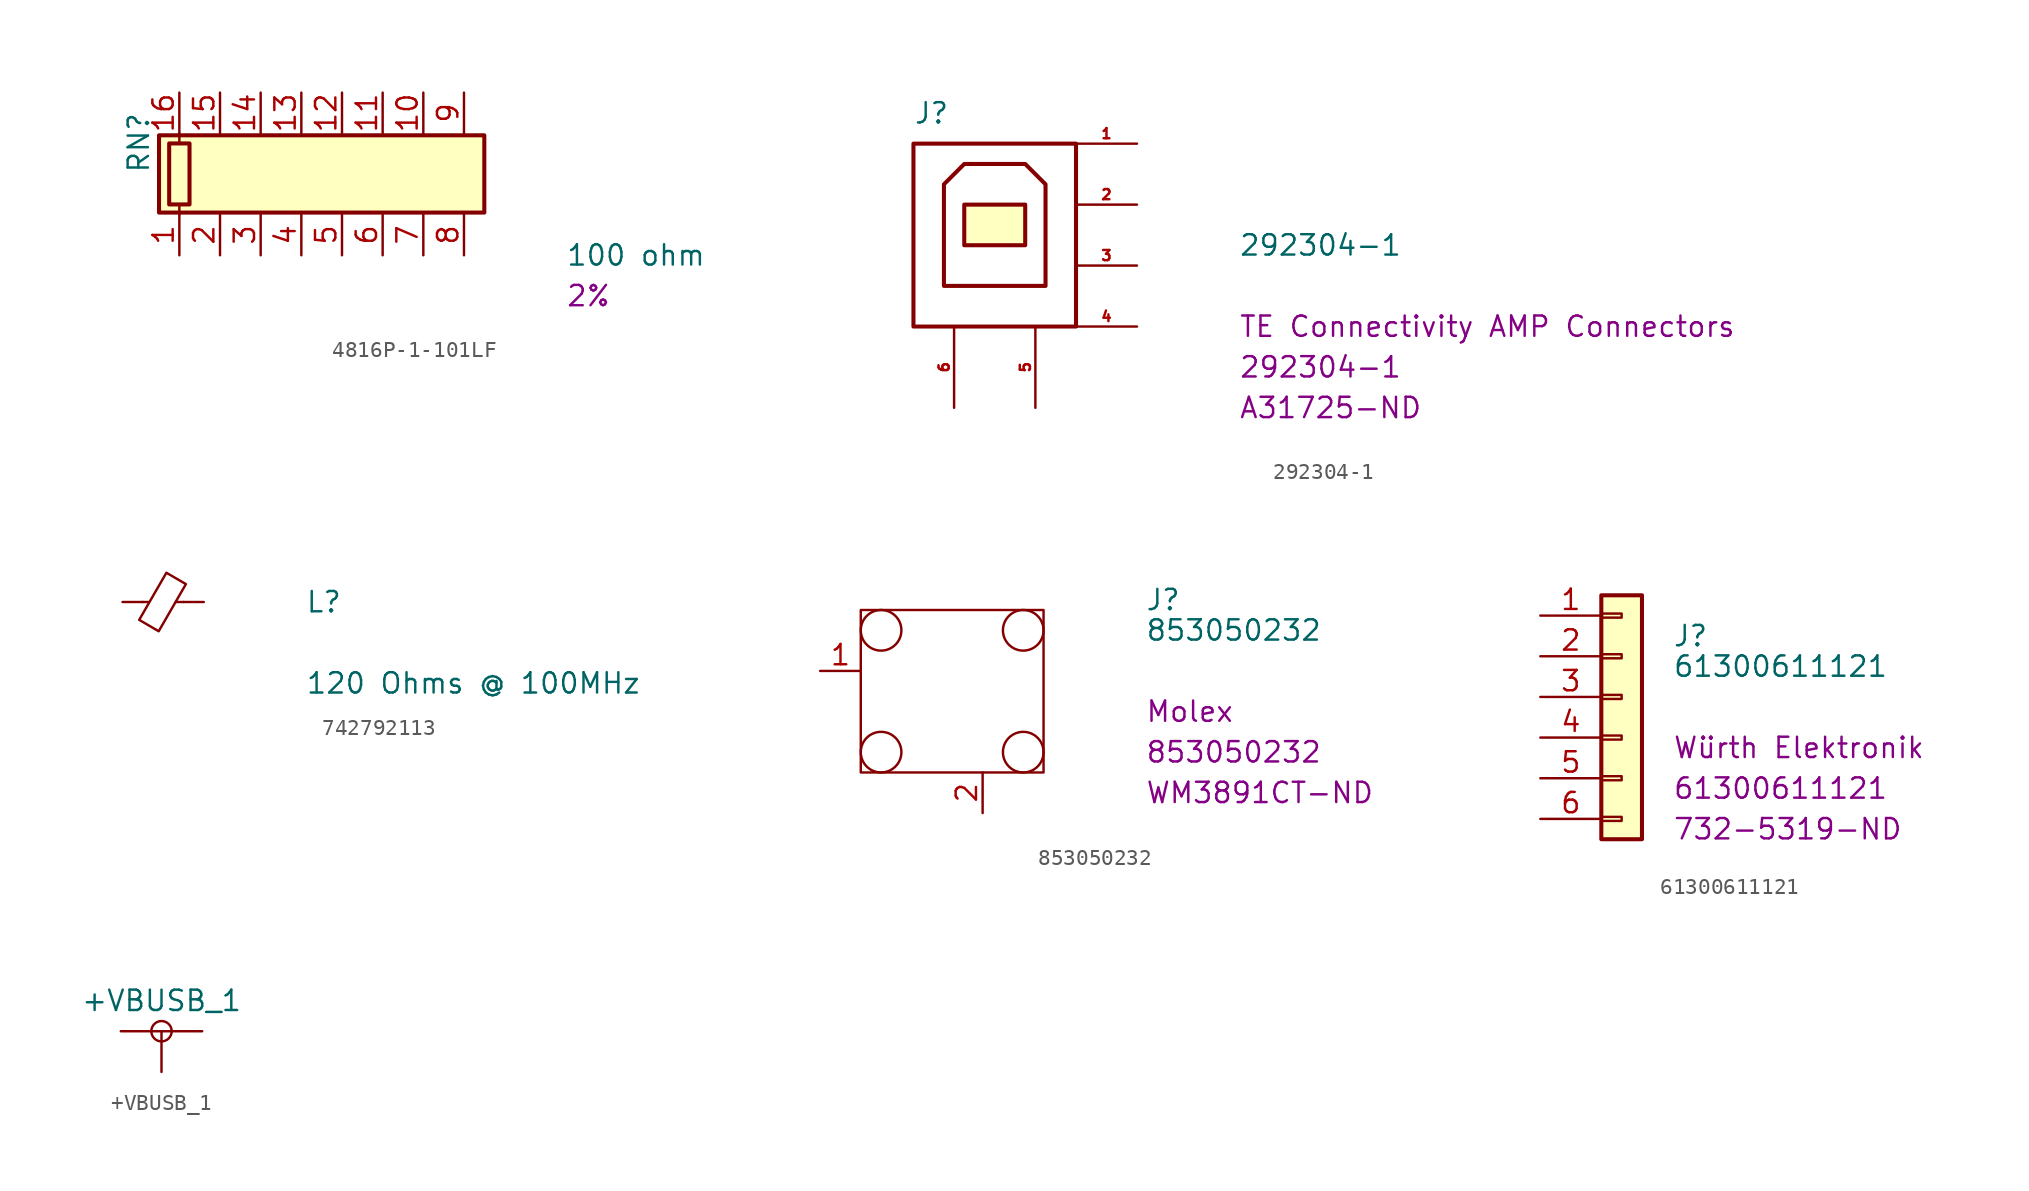
<source format=kicad_sym>
(kicad_symbol_lib
  (version 20231120)
  (generator "kicad_symbol_editor")
  (generator_version "8.0")
  (symbol "4816P-1-101LF"
    (pin_names
      (offset 0) hide)
    (property "Reference" "RN"
      (at -12.7 0 90)
      (effects (font (size 1.27 1.27)) (justify left)))
    (property "Value" "100 ohm"
      (at 13.97 -5.08 0)
      (effects (font (size 1.27 1.27)) (justify left)))
    (property "Tolerance" "2%"
      (at 13.97 -7.62 0)
      (effects (font (size 1.27 1.27)) (justify left)))
    (symbol "4816P-1-101LF_0_1"
      (rectangle (start -11.43 -2.413) (end 8.89 2.413) (stroke (width 0.254) (type solid)) (fill (type background)))
      (rectangle (start -10.795 1.905) (end -9.525 -1.905) (stroke (width 0.254) (type solid)) (fill (type none)))
      (polyline (pts (xy -10.16 -2.54) (xy -10.16 -1.905)) (stroke (width 0) (type solid)) (fill (type none)))
      (polyline (pts (xy -10.16 1.905) (xy -10.16 2.54)) (stroke (width 0) (type solid)) (fill (type none))))
    (symbol "4816P-1-101LF_1_1"
      (pin passive line (at -10.16 -5.08 90) (length 2.54) (name "R1.1" (effects (font (size 1.27 1.27)))) (number "1" (effects (font (size 1.27 1.27)))))
      (pin passive line (at 5.08 5.08 270) (length 2.54) (name "R7.2" (effects (font (size 1.27 1.27)))) (number "10" (effects (font (size 1.27 1.27)))))
      (pin passive line (at 2.54 5.08 270) (length 2.54) (name "R6.2" (effects (font (size 1.27 1.27)))) (number "11" (effects (font (size 1.27 1.27)))))
      (pin passive line (at 0 5.08 270) (length 2.54) (name "R5.2" (effects (font (size 1.27 1.27)))) (number "12" (effects (font (size 1.27 1.27)))))
      (pin passive line (at -2.54 5.08 270) (length 2.54) (name "R4.2" (effects (font (size 1.27 1.27)))) (number "13" (effects (font (size 1.27 1.27)))))
      (pin passive line (at -5.08 5.08 270) (length 2.54) (name "R3.2" (effects (font (size 1.27 1.27)))) (number "14" (effects (font (size 1.27 1.27)))))
      (pin passive line (at -7.62 5.08 270) (length 2.54) (name "R2.2" (effects (font (size 1.27 1.27)))) (number "15" (effects (font (size 1.27 1.27)))))
      (pin passive line (at -10.16 5.08 270) (length 2.54) (name "R1.2" (effects (font (size 1.27 1.27)))) (number "16" (effects (font (size 1.27 1.27)))))
      (pin passive line (at -7.62 -5.08 90) (length 2.54) (name "R2.1" (effects (font (size 1.27 1.27)))) (number "2" (effects (font (size 1.27 1.27)))))
      (pin passive line (at -5.08 -5.08 90) (length 2.54) (name "R3.1" (effects (font (size 1.27 1.27)))) (number "3" (effects (font (size 1.27 1.27)))))
      (pin passive line (at -2.54 -5.08 90) (length 2.54) (name "R4.1" (effects (font (size 1.27 1.27)))) (number "4" (effects (font (size 1.27 1.27)))))
      (pin passive line (at 0 -5.08 90) (length 2.54) (name "R5.1" (effects (font (size 1.27 1.27)))) (number "5" (effects (font (size 1.27 1.27)))))
      (pin passive line (at 2.54 -5.08 90) (length 2.54) (name "R6.1" (effects (font (size 1.27 1.27)))) (number "6" (effects (font (size 1.27 1.27)))))
      (pin passive line (at 5.08 -5.08 90) (length 2.54) (name "R7.1" (effects (font (size 1.27 1.27)))) (number "7" (effects (font (size 1.27 1.27)))))
      (pin passive line (at 7.62 -5.08 90) (length 2.54) (name "R8.1" (effects (font (size 1.27 1.27)))) (number "8" (effects (font (size 1.27 1.27)))))
      (pin passive line (at 7.62 5.08 270) (length 2.54) (name "R8.2" (effects (font (size 1.27 1.27)))) (number "9" (effects (font (size 1.27 1.27)))))))
  (symbol "292304-1"
    (pin_names
      (offset 1.016) hide)
    (property "Reference" "J"
      (at -5.08 6.985 0)
      (effects (font (size 1.27 1.27)) (justify left)))
    (property "Value" "292304-1"
      (at 15.24 -1.27 0)
      (effects (font (size 1.27 1.27)) (justify left)))
    (property "Manufacturer" "TE Connectivity AMP Connectors"
      (at 15.24 -6.35 0)
      (effects (font (size 1.27 1.27)) (justify left)))
    (property "MPN" "292304-1"
      (at 15.24 -8.89 0)
      (effects (font (size 1.27 1.27)) (justify left)))
    (property "Digi-Key_PN" "A31725-ND"
      (at 15.24 -11.43 0)
      (effects (font (size 1.27 1.27)) (justify left)))
    (symbol "292304-1_1_1"
      (rectangle (start -1.905 1.27) (end 1.905 -1.27) (stroke (width 0.254) (type solid)) (fill (type background)))
      (polyline (pts (xy -3.175 -3.81) (xy 3.175 -3.81) (xy 3.175 2.54) (xy 1.905 3.81) (xy -1.905 3.81) (xy -3.175 2.54) (xy -3.175 -3.81) (xy -3.175 -3.81) (xy -3.175 -3.81)) (stroke (width 0.254) (type solid)) (fill (type none)))
      (rectangle (start 5.08 -6.35) (end -5.08 5.08) (stroke (width 0.254) (type solid)) (fill (type none)))
      (pin power_out line (at 8.89 5.08 180) (length 3.81) (name "Vbus" (effects (font (size 0.635 0.635)))) (number "1" (effects (font (size 0.635 0.635)))))
      (pin bidirectional line (at 8.89 1.27 180) (length 3.81) (name "D-" (effects (font (size 0.635 0.635)))) (number "2" (effects (font (size 0.635 0.635)))))
      (pin bidirectional line (at 8.89 -2.54 180) (length 3.81) (name "D+" (effects (font (size 0.635 0.635)))) (number "3" (effects (font (size 0.635 0.635)))))
      (pin power_in line (at 8.89 -6.35 180) (length 3.81) (name "GND" (effects (font (size 0.635 0.635)))) (number "4" (effects (font (size 0.635 0.635)))))
      (pin passive line (at 2.54 -11.43 90) (length 5.08) (name "Shield_1" (effects (font (size 0.635 0.635)))) (number "5" (effects (font (size 0.635 0.635)))))
      (pin passive line (at -2.54 -11.43 90) (length 5.08) (name "Shield_2" (effects (font (size 0.635 0.635)))) (number "6" (effects (font (size 0.635 0.635)))))))
  (symbol "742792113"
    (pin_numbers hide)
    (pin_names
      (offset 0.254) hide)
    (property "Reference" "L"
      (at 8.89 0 0)
      (effects (font (size 1.27 1.27)) (justify left)))
    (property "Value" "120 Ohms @ 100MHz"
      (at 8.89 -5.08 0)
      (effects (font (size 1.27 1.27)) (justify left)))
    (symbol "742792113_1_1"
      (polyline (pts (xy -0.889 0) (xy -1.295 0)) (stroke (width 0) (type default)) (fill (type none)))
      (polyline (pts (xy 1.27 0) (xy 0.787 0)) (stroke (width 0) (type default)) (fill (type none)))
      (polyline (pts (xy -0.279 -1.829) (xy -1.499 -1.118) (xy 0.203 1.829) (xy 1.422 1.118) (xy -0.279 -1.829)) (stroke (width 0) (type default)) (fill (type none)))
      (pin passive line (at -2.54 0 0) (length 1.27) (name "~" (effects (font (size 1.27 1.27)))) (number "1" (effects (font (size 1.27 1.27)))))
      (pin passive line (at 2.54 0 180) (length 1.27) (name "~" (effects (font (size 1.27 1.27)))) (number "2" (effects (font (size 1.27 1.27)))))))
  (symbol "853050232"
    (pin_names
      (offset 1.016) hide)
    (property "Reference" "J"
      (at 12.065 5.715 0)
      (effects (font (size 1.27 1.27)) (justify left)))
    (property "Value" "853050232"
      (at 12.065 3.81 0)
      (effects (font (size 1.27 1.27)) (justify left)))
    (property "Manufacturer" "Molex"
      (at 12.065 -1.27 0)
      (effects (font (size 1.27 1.27)) (justify left)))
    (property "MPN" "853050232"
      (at 12.065 -3.81 0)
      (effects (font (size 1.27 1.27)) (justify left)))
    (property "Digi-Key_PN" "WM3891CT-ND"
      (at 12.065 -6.35 0)
      (effects (font (size 1.27 1.27)) (justify left)))
    (symbol "853050232_1_1"
      (rectangle (start -5.715 5.08) (end 5.715 -5.08) (stroke (width 0) (type solid)) (fill (type none)))
      (circle (center -4.445 -3.81) (radius 1.27) (stroke (width 0) (type solid)) (fill (type none)))
      (circle (center -4.445 3.81) (radius 1.27) (stroke (width 0) (type solid)) (fill (type none)))
      (circle (center 4.445 -3.81) (radius 1.27) (stroke (width 0) (type solid)) (fill (type none)))
      (circle (center 4.445 3.81) (radius 1.27) (stroke (width 0) (type solid)) (fill (type none)))
      (pin input line (at -8.255 1.27 0) (length 2.54) (name "CONN" (effects (font (size 1.27 1.27)))) (number "1" (effects (font (size 1.27 1.27)))))
      (pin output line (at 1.905 -7.62 90) (length 2.54) (name "GND" (effects (font (size 1.27 1.27)))) (number "2" (effects (font (size 1.27 1.27)))))))
  (symbol "61300611121"
    (pin_names
      (offset 1.016) hide)
    (property "Reference" "J"
      (at 3.175 5.08 0)
      (effects (font (size 1.27 1.27)) (justify left)))
    (property "Value" "61300611121"
      (at 3.175 3.175 0)
      (effects (font (size 1.27 1.27)) (justify left)))
    (property "Manufacturer" "Würth Elektronik"
      (at 3.175 -1.905 0)
      (effects (font (size 1.27 1.27)) (justify left)))
    (property "MPN" "61300611121"
      (at 3.175 -4.445 0)
      (effects (font (size 1.27 1.27)) (justify left)))
    (property "Digi-Key_PN" "732-5319-ND"
      (at 3.175 -6.985 0)
      (effects (font (size 1.27 1.27)) (justify left)))
    (symbol "61300611121_1_1"
      (rectangle (start -1.27 -6.223) (end 0 -6.477) (stroke (width 0.152) (type solid)) (fill (type none)))
      (rectangle (start -1.27 -3.683) (end 0 -3.937) (stroke (width 0.152) (type solid)) (fill (type none)))
      (rectangle (start -1.27 -1.143) (end 0 -1.397) (stroke (width 0.152) (type solid)) (fill (type none)))
      (rectangle (start -1.27 1.397) (end 0 1.143) (stroke (width 0.152) (type solid)) (fill (type none)))
      (rectangle (start -1.27 3.937) (end 0 3.683) (stroke (width 0.152) (type solid)) (fill (type none)))
      (rectangle (start -1.27 6.477) (end 0 6.223) (stroke (width 0.152) (type solid)) (fill (type none)))
      (rectangle (start -1.27 7.62) (end 1.27 -7.62) (stroke (width 0.254) (type solid)) (fill (type background)))
      (pin passive line (at -5.08 6.35 0) (length 3.81) (name "Pin_1" (effects (font (size 1.27 1.27)))) (number "1" (effects (font (size 1.27 1.27)))))
      (pin passive line (at -5.08 3.81 0) (length 3.81) (name "Pin_2" (effects (font (size 1.27 1.27)))) (number "2" (effects (font (size 1.27 1.27)))))
      (pin passive line (at -5.08 1.27 0) (length 3.81) (name "Pin_3" (effects (font (size 1.27 1.27)))) (number "3" (effects (font (size 1.27 1.27)))))
      (pin passive line (at -5.08 -1.27 0) (length 3.81) (name "Pin_4" (effects (font (size 1.27 1.27)))) (number "4" (effects (font (size 1.27 1.27)))))
      (pin passive line (at -5.08 -3.81 0) (length 3.81) (name "Pin_5" (effects (font (size 1.27 1.27)))) (number "5" (effects (font (size 1.27 1.27)))))
      (pin passive line (at -5.08 -6.35 0) (length 3.81) (name "Pin_6" (effects (font (size 1.27 1.27)))) (number "6" (effects (font (size 1.27 1.27)))))))
  (symbol "+VBUSB_1"
    (power)
    (pin_names
      (offset 0))
    (property "Reference" "#PWR"
      (at 0 -3.81 0)
      (effects (font (size 1.27 1.27)) (hide yes)))
    (property "Value" "+VBUSB_1"
      (at 0 4.445 0)
      (effects (font (size 1.27 1.27))))
    (symbol "+VBUSB_1_0_1"
      (polyline (pts (xy 0 0) (xy 0 2.54) (xy 2.54 2.54) (xy 0 2.54) (xy -2.54 2.54)) (stroke (width 0) (type default)) (fill (type none)))
      (circle (center 0 2.54) (radius 0.635) (stroke (width 0) (type default)) (fill (type none))))
    (symbol "+VBUSB_1_1_1"
      (pin power_in line (at 0 0 90) (length 0) hide (name "+VBUSB" (effects (font (size 1.27 1.27)))) (number "1" (effects (font (size 1.27 1.27))))))))
</source>
